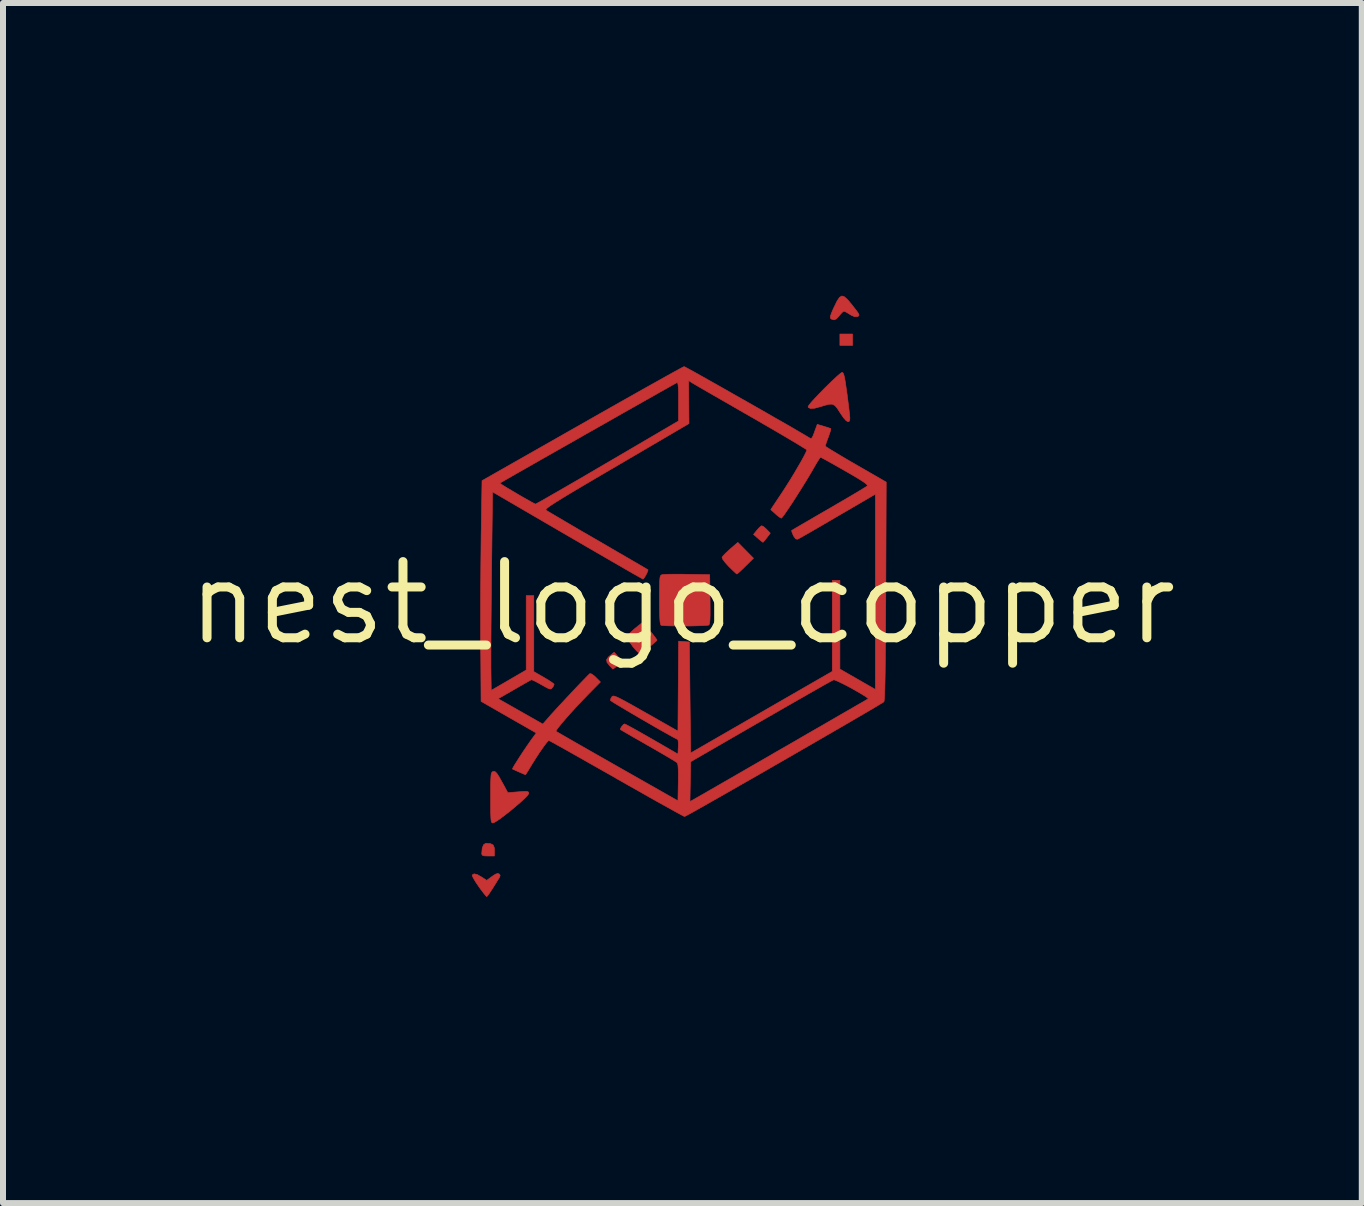
<source format=kicad_pcb>
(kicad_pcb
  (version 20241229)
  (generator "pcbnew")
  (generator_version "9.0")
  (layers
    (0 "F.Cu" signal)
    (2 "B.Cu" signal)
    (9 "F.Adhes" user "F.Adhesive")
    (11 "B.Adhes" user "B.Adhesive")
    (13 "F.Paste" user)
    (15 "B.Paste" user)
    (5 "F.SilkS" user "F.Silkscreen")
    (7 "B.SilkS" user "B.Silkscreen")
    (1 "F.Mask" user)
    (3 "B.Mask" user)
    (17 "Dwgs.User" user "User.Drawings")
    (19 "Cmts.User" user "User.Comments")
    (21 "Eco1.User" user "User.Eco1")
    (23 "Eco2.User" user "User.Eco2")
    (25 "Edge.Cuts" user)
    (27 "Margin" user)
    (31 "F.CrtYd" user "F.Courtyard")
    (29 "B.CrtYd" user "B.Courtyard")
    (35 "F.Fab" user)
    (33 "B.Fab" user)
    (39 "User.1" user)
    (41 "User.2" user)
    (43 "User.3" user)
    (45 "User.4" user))
  (footprint "nest_logo_copper"
    (layer "F.Cu")
    (at 8.323 7)
    (property "Reference" "nest_logo_copper" (at 0 0 0) (layer "F.SilkS") (effects (font (size 1.27 1.27) (thickness 0.15))))
    (attr through_hole board_only)
    (fp_poly (pts (xy 2.836 -4.293) (xy 2.625 -4.293) (xy 2.625 -4.483) (xy 2.836 -4.483) (xy 2.836 -4.293)) (stroke (width 0.01) (type solid)) (fill yes) (layer "F.Cu"))
    (fp_poly (pts (xy -3.197 4.011) (xy -3.154 4.033) (xy -3.135 4.078) (xy -3.133 4.123) (xy -3.133 4.216) (xy -3.239 4.216) (xy -3.302 4.214) (xy -3.334 4.204) (xy -3.344 4.183) (xy -3.344 4.176) (xy -3.336 4.086) (xy -3.313 4.028) (xy -3.277 4.005) (xy -3.273 4.005) (xy -3.197 4.011)) (stroke (width 0.01) (type solid)) (fill yes) (layer "F.Cu"))
    (fp_poly (pts (xy -1.077 0.889) (xy -1.039 0.935) (xy -1.018 0.969) (xy -1.016 0.975) (xy -1.031 0.998) (xy -1.07 1.034) (xy -1.087 1.048) (xy -1.158 1.102) (xy -1.214 1.044) (xy -1.257 0.988) (xy -1.263 0.943) (xy -1.23 0.897) (xy -1.202 0.873) (xy -1.137 0.821) (xy -1.077 0.889)) (stroke (width 0.01) (type solid)) (fill yes) (layer "F.Cu"))
    (fp_poly (pts (xy 1.352 -1.273) (xy 1.393 -1.238) (xy 1.406 -1.225) (xy 1.465 -1.164) (xy 1.407 -1.088) (xy 1.371 -1.043) (xy 1.347 -1.015) (xy 1.342 -1.012) (xy 1.324 -1.025) (xy 1.284 -1.057) (xy 1.261 -1.077) (xy 1.186 -1.143) (xy 1.244 -1.215) (xy 1.284 -1.259) (xy 1.316 -1.285) (xy 1.324 -1.287) (xy 1.352 -1.273)) (stroke (width 0.01) (type solid)) (fill yes) (layer "F.Cu"))
    (fp_poly (pts (xy 1.185 -0.746) (xy 1.052 -0.615) (xy 0.992 -0.556) (xy 0.943 -0.511) (xy 0.914 -0.486) (xy 0.909 -0.483) (xy 0.89 -0.497) (xy 0.85 -0.534) (xy 0.795 -0.588) (xy 0.774 -0.608) (xy 0.714 -0.674) (xy 0.674 -0.727) (xy 0.661 -0.76) (xy 0.662 -0.763) (xy 0.682 -0.79) (xy 0.727 -0.836) (xy 0.786 -0.89) (xy 0.798 -0.901) (xy 0.924 -1.01) (xy 1.185 -0.746)) (stroke (width 0.01) (type solid)) (fill yes) (layer "F.Cu"))
    (fp_poly (pts (xy -0.541 0.462) (xy -0.488 0.528) (xy -0.448 0.581) (xy -0.426 0.613) (xy -0.423 0.618) (xy -0.439 0.637) (xy -0.479 0.672) (xy -0.534 0.718) (xy -0.594 0.765) (xy -0.65 0.806) (xy -0.692 0.834) (xy -0.706 0.84) (xy -0.73 0.829) (xy -0.77 0.791) (xy -0.819 0.734) (xy -0.826 0.726) (xy -0.872 0.661) (xy -0.906 0.604) (xy -0.921 0.568) (xy -0.921 0.566) (xy -0.905 0.536) (xy -0.864 0.49) (xy -0.804 0.436) (xy -0.79 0.424) (xy -0.659 0.319) (xy -0.541 0.462)) (stroke (width 0.01) (type solid)) (fill yes) (layer "F.Cu"))
    (fp_poly (pts (xy -3.054 4.516) (xy -3.037 4.54) (xy -3.048 4.572) (xy -3.055 4.584) (xy -3.081 4.624) (xy -3.12 4.687) (xy -3.165 4.759) (xy -3.166 4.761) (xy -3.208 4.825) (xy -3.241 4.872) (xy -3.26 4.893) (xy -3.261 4.893) (xy -3.278 4.877) (xy -3.313 4.834) (xy -3.361 4.771) (xy -3.395 4.724) (xy -3.445 4.65) (xy -3.482 4.588) (xy -3.502 4.546) (xy -3.503 4.533) (xy -3.472 4.514) (xy -3.419 4.526) (xy -3.345 4.568) (xy -3.261 4.623) (xy -3.172 4.557) (xy -3.114 4.519) (xy -3.077 4.507) (xy -3.054 4.516)) (stroke (width 0.01) (type solid)) (fill yes) (layer "F.Cu"))
    (fp_poly (pts (xy 2.7 -5.104) (xy 2.754 -5.055) (xy 2.825 -4.971) (xy 2.837 -4.955) (xy 2.895 -4.881) (xy 2.93 -4.832) (xy 2.944 -4.803) (xy 2.941 -4.787) (xy 2.924 -4.777) (xy 2.919 -4.775) (xy 2.874 -4.771) (xy 2.819 -4.794) (xy 2.791 -4.811) (xy 2.739 -4.843) (xy 2.7 -4.862) (xy 2.691 -4.864) (xy 2.668 -4.849) (xy 2.631 -4.81) (xy 2.616 -4.79) (xy 2.568 -4.737) (xy 2.529 -4.719) (xy 2.488 -4.73) (xy 2.478 -4.736) (xy 2.466 -4.751) (xy 2.467 -4.779) (xy 2.483 -4.828) (xy 2.515 -4.903) (xy 2.531 -4.936) (xy 2.578 -5.033) (xy 2.618 -5.093) (xy 2.657 -5.117) (xy 2.7 -5.104)) (stroke (width 0.01) (type solid)) (fill yes) (layer "F.Cu"))
    (fp_poly (pts (xy -0.014 -0.48) (xy 0.085 -0.478) (xy 0.455 -0.472) (xy 0.461 -0.061) (xy 0.462 0.09) (xy 0.462 0.203) (xy 0.459 0.283) (xy 0.453 0.334) (xy 0.445 0.361) (xy 0.44 0.367) (xy 0.411 0.372) (xy 0.349 0.376) (xy 0.261 0.379) (xy 0.156 0.382) (xy 0.043 0.383) (xy -0.07 0.383) (xy -0.175 0.381) (xy -0.263 0.379) (xy -0.326 0.375) (xy -0.355 0.371) (xy -0.364 0.356) (xy -0.372 0.316) (xy -0.377 0.249) (xy -0.38 0.149) (xy -0.381 0.012) (xy -0.381 -0.05) (xy -0.381 -0.192) (xy -0.38 -0.296) (xy -0.378 -0.37) (xy -0.374 -0.419) (xy -0.367 -0.448) (xy -0.357 -0.463) (xy -0.343 -0.47) (xy -0.333 -0.473) (xy -0.297 -0.476) (xy -0.227 -0.479) (xy -0.13 -0.48) (xy -0.014 -0.48)) (stroke (width 0.01) (type solid)) (fill yes) (layer "F.Cu"))
    (fp_poly (pts (xy -3.114 2.816) (xy -3.087 2.847) (xy -3.051 2.903) (xy -3.003 2.99) (xy -2.988 3.016) (xy -2.91 3.161) (xy -2.736 3.147) (xy -2.65 3.141) (xy -2.598 3.14) (xy -2.572 3.146) (xy -2.562 3.16) (xy -2.561 3.175) (xy -2.577 3.202) (xy -2.621 3.248) (xy -2.685 3.308) (xy -2.764 3.377) (xy -2.85 3.449) (xy -2.938 3.519) (xy -3.019 3.581) (xy -3.088 3.629) (xy -3.139 3.659) (xy -3.159 3.666) (xy -3.172 3.663) (xy -3.181 3.65) (xy -3.188 3.623) (xy -3.192 3.575) (xy -3.195 3.502) (xy -3.196 3.397) (xy -3.196 3.256) (xy -3.196 3.245) (xy -3.196 3.1) (xy -3.195 2.992) (xy -3.192 2.915) (xy -3.188 2.864) (xy -3.181 2.833) (xy -3.171 2.817) (xy -3.16 2.81) (xy -3.137 2.806) (xy -3.114 2.816)) (stroke (width 0.01) (type solid)) (fill yes) (layer "F.Cu"))
    (fp_poly (pts (xy 2.678 -3.833) (xy 2.691 -3.803) (xy 2.704 -3.749) (xy 2.718 -3.665) (xy 2.735 -3.547) (xy 2.745 -3.478) (xy 2.764 -3.329) (xy 2.778 -3.216) (xy 2.787 -3.136) (xy 2.791 -3.081) (xy 2.789 -3.048) (xy 2.782 -3.031) (xy 2.771 -3.024) (xy 2.757 -3.023) (xy 2.726 -3.042) (xy 2.681 -3.094) (xy 2.629 -3.171) (xy 2.58 -3.247) (xy 2.54 -3.293) (xy 2.498 -3.314) (xy 2.443 -3.313) (xy 2.365 -3.292) (xy 2.306 -3.274) (xy 2.207 -3.247) (xy 2.137 -3.242) (xy 2.101 -3.257) (xy 2.095 -3.273) (xy 2.11 -3.298) (xy 2.149 -3.346) (xy 2.207 -3.41) (xy 2.279 -3.485) (xy 2.357 -3.566) (xy 2.438 -3.646) (xy 2.514 -3.719) (xy 2.581 -3.781) (xy 2.631 -3.824) (xy 2.661 -3.844) (xy 2.664 -3.844) (xy 2.678 -3.833)) (stroke (width 0.01) (type solid)) (fill yes) (layer "F.Cu"))
    (fp_poly (pts (xy 0.05 -3.93) (xy 0.104 -3.901) (xy 0.186 -3.856) (xy 0.293 -3.796) (xy 0.421 -3.724) (xy 0.565 -3.643) (xy 0.722 -3.554) (xy 0.887 -3.46) (xy 1.057 -3.364) (xy 1.227 -3.267) (xy 1.394 -3.172) (xy 1.553 -3.08) (xy 1.701 -2.996) (xy 1.833 -2.92) (xy 1.945 -2.854) (xy 2.034 -2.802) (xy 2.095 -2.766) (xy 2.11 -2.756) (xy 2.136 -2.743) (xy 2.155 -2.747) (xy 2.173 -2.776) (xy 2.197 -2.837) (xy 2.202 -2.852) (xy 2.248 -2.977) (xy 2.357 -2.945) (xy 2.419 -2.926) (xy 2.462 -2.911) (xy 2.474 -2.905) (xy 2.471 -2.883) (xy 2.456 -2.832) (xy 2.432 -2.765) (xy 2.432 -2.764) (xy 2.406 -2.695) (xy 2.388 -2.641) (xy 2.381 -2.616) (xy 2.399 -2.601) (xy 2.449 -2.569) (xy 2.526 -2.522) (xy 2.626 -2.462) (xy 2.744 -2.392) (xy 2.875 -2.316) (xy 2.889 -2.308) (xy 3.397 -2.015) (xy 3.39 -0.196) (xy 3.388 0.15) (xy 3.386 0.456) (xy 3.384 0.723) (xy 3.382 0.952) (xy 3.38 1.145) (xy 3.377 1.305) (xy 3.374 1.431) (xy 3.37 1.527) (xy 3.366 1.594) (xy 3.362 1.634) (xy 3.358 1.647) (xy 3.335 1.662) (xy 3.278 1.696) (xy 3.192 1.748) (xy 3.078 1.815) (xy 2.941 1.895) (xy 2.783 1.987) (xy 2.608 2.089) (xy 2.419 2.198) (xy 2.219 2.314) (xy 2.011 2.434) (xy 1.798 2.557) (xy 1.584 2.68) (xy 1.371 2.803) (xy 1.163 2.922) (xy 0.963 3.036) (xy 0.775 3.144) (xy 0.601 3.243) (xy 0.444 3.332) (xy 0.308 3.409) (xy 0.196 3.472) (xy 0.112 3.519) (xy 0.057 3.548) (xy 0.036 3.558) (xy 0.014 3.548) (xy -0.042 3.518) (xy -0.129 3.471) (xy -0.242 3.408) (xy -0.379 3.332) (xy -0.421 3.308) (xy 0.126 3.308) (xy 0.174 3.283) (xy 0.2 3.268) (xy 0.259 3.234) (xy 0.349 3.183) (xy 0.467 3.115) (xy 0.611 3.032) (xy 0.776 2.937) (xy 0.96 2.831) (xy 1.161 2.715) (xy 1.376 2.591) (xy 1.6 2.461) (xy 1.651 2.432) (xy 1.877 2.302) (xy 2.092 2.177) (xy 2.294 2.061) (xy 2.479 1.954) (xy 2.646 1.857) (xy 2.791 1.774) (xy 2.911 1.704) (xy 3.004 1.651) (xy 3.066 1.615) (xy 3.095 1.598) (xy 3.097 1.597) (xy 3.088 1.584) (xy 3.048 1.555) (xy 2.985 1.516) (xy 2.906 1.47) (xy 2.82 1.421) (xy 2.732 1.374) (xy 2.65 1.333) (xy 2.583 1.301) (xy 2.537 1.283) (xy 2.521 1.28) (xy 2.497 1.292) (xy 2.44 1.323) (xy 2.352 1.372) (xy 2.238 1.437) (xy 2.099 1.516) (xy 1.94 1.607) (xy 1.763 1.708) (xy 1.572 1.818) (xy 1.37 1.934) (xy 1.312 1.967) (xy 0.138 2.645) (xy 0.132 2.977) (xy 0.126 3.308) (xy -0.421 3.308) (xy -0.536 3.244) (xy -0.71 3.145) (xy -0.899 3.038) (xy -1.098 2.925) (xy -1.101 2.923) (xy -1.299 2.81) (xy -1.487 2.704) (xy -1.661 2.605) (xy -1.817 2.517) (xy -1.953 2.44) (xy -2.065 2.378) (xy -2.15 2.33) (xy -2.205 2.301) (xy -2.226 2.29) (xy -2.226 2.29) (xy -2.246 2.307) (xy -2.283 2.353) (xy -2.332 2.42) (xy -2.389 2.503) (xy -2.448 2.594) (xy -2.505 2.685) (xy -2.519 2.708) (xy -2.561 2.778) (xy -2.594 2.831) (xy -2.612 2.859) (xy -2.615 2.861) (xy -2.635 2.854) (xy -2.681 2.834) (xy -2.737 2.81) (xy -2.789 2.786) (xy -2.825 2.77) (xy -2.832 2.766) (xy -2.824 2.747) (xy -2.797 2.7) (xy -2.755 2.633) (xy -2.704 2.553) (xy -2.648 2.468) (xy -2.591 2.384) (xy -2.539 2.309) (xy -2.515 2.275) (xy -2.435 2.166) (xy -2.895 1.903) (xy -3.355 1.639) (xy -3.36 0.902) (xy -3.191 0.902) (xy -3.191 1.021) (xy -3.191 1.085) (xy -3.186 1.456) (xy -2.895 1.287) (xy -2.603 1.117) (xy -2.603 -0.123) (xy -2.477 -0.123) (xy -2.477 1.143) (xy -2.307 1.241) (xy -2.233 1.285) (xy -2.176 1.323) (xy -2.143 1.348) (xy -2.138 1.355) (xy -2.149 1.384) (xy -2.167 1.411) (xy -2.183 1.429) (xy -2.203 1.434) (xy -2.235 1.424) (xy -2.288 1.396) (xy -2.35 1.361) (xy -2.422 1.321) (xy -2.479 1.292) (xy -2.513 1.279) (xy -2.517 1.278) (xy -2.54 1.291) (xy -2.592 1.32) (xy -2.667 1.363) (xy -2.758 1.415) (xy -2.801 1.44) (xy -3.071 1.595) (xy -2.698 1.807) (xy -2.326 2.018) (xy -2.237 1.916) (xy -2.19 1.862) (xy -2.124 1.79) (xy -2.045 1.704) (xy -1.958 1.611) (xy -1.868 1.515) (xy -1.78 1.421) (xy -1.699 1.336) (xy -1.629 1.264) (xy -1.577 1.21) (xy -1.546 1.18) (xy -1.541 1.176) (xy -1.515 1.182) (xy -1.472 1.212) (xy -1.443 1.239) (xy -1.366 1.316) (xy -1.58 1.533) (xy -1.677 1.634) (xy -1.774 1.737) (xy -1.866 1.838) (xy -1.949 1.932) (xy -2.018 2.013) (xy -2.07 2.078) (xy -2.101 2.121) (xy -2.107 2.138) (xy -2.087 2.15) (xy -2.033 2.181) (xy -1.95 2.229) (xy -1.839 2.293) (xy -1.706 2.369) (xy -1.552 2.457) (xy -1.382 2.554) (xy -1.199 2.658) (xy -1.085 2.723) (xy -0.074 3.297) (xy -0.068 2.99) (xy -0.067 2.859) (xy -0.069 2.765) (xy -0.074 2.703) (xy -0.083 2.669) (xy -0.089 2.66) (xy -0.115 2.643) (xy -0.171 2.608) (xy -0.254 2.559) (xy -0.358 2.498) (xy -0.477 2.429) (xy -0.572 2.375) (xy -0.697 2.303) (xy -0.81 2.239) (xy -0.905 2.184) (xy -0.977 2.142) (xy -1.021 2.116) (xy -1.033 2.109) (xy -1.03 2.089) (xy -1.009 2.055) (xy -0.982 2.026) (xy -0.963 2.015) (xy -0.94 2.026) (xy -0.885 2.055) (xy -0.804 2.099) (xy -0.703 2.156) (xy -0.587 2.222) (xy -0.508 2.267) (xy -0.074 2.518) (xy -0.068 2.399) (xy -0.067 2.333) (xy -0.072 2.288) (xy -0.078 2.274) (xy -0.109 2.259) (xy -0.169 2.227) (xy -0.252 2.18) (xy -0.355 2.123) (xy -0.47 2.057) (xy -0.592 1.986) (xy -0.717 1.914) (xy -0.838 1.843) (xy -0.95 1.777) (xy -1.047 1.719) (xy -1.125 1.672) (xy -1.177 1.639) (xy -1.199 1.623) (xy -1.199 1.623) (xy -1.192 1.591) (xy -1.176 1.564) (xy -1.166 1.554) (xy -1.15 1.55) (xy -1.126 1.555) (xy -1.088 1.569) (xy -1.033 1.596) (xy -0.957 1.636) (xy -0.855 1.692) (xy -0.723 1.767) (xy -0.611 1.83) (xy -0.074 2.135) (xy -0.063 0.636) (xy 0.027 0.643) (xy 0.116 0.649) (xy 0.127 1.575) (xy 0.138 2.5) (xy 1.318 1.82) (xy 2.498 1.14) (xy 2.498 -0.377) (xy 2.625 -0.377) (xy 2.625 1.101) (xy 2.921 1.271) (xy 3.217 1.441) (xy 3.217 -1.815) (xy 2.99 -1.682) (xy 2.757 -1.546) (xy 2.557 -1.43) (xy 2.39 -1.332) (xy 2.252 -1.252) (xy 2.142 -1.188) (xy 2.056 -1.139) (xy 1.993 -1.103) (xy 1.95 -1.079) (xy 1.924 -1.066) (xy 1.917 -1.063) (xy 1.887 -1.069) (xy 1.855 -1.115) (xy 1.849 -1.126) (xy 1.828 -1.176) (xy 1.821 -1.206) (xy 1.822 -1.209) (xy 1.842 -1.221) (xy 1.894 -1.252) (xy 1.974 -1.299) (xy 2.078 -1.359) (xy 2.201 -1.431) (xy 2.339 -1.511) (xy 2.445 -1.572) (xy 2.592 -1.658) (xy 2.728 -1.737) (xy 2.848 -1.808) (xy 2.949 -1.868) (xy 3.024 -1.914) (xy 3.071 -1.943) (xy 3.084 -1.951) (xy 3.083 -1.965) (xy 3.059 -1.989) (xy 3.009 -2.025) (xy 2.93 -2.075) (xy 2.819 -2.141) (xy 2.711 -2.203) (xy 2.594 -2.27) (xy 2.489 -2.329) (xy 2.403 -2.377) (xy 2.34 -2.411) (xy 2.306 -2.429) (xy 2.302 -2.43) (xy 2.288 -2.413) (xy 2.257 -2.366) (xy 2.216 -2.298) (xy 2.18 -2.235) (xy 2.123 -2.137) (xy 2.057 -2.028) (xy 1.986 -1.913) (xy 1.913 -1.798) (xy 1.843 -1.688) (xy 1.778 -1.59) (xy 1.722 -1.508) (xy 1.68 -1.449) (xy 1.654 -1.418) (xy 1.649 -1.414) (xy 1.623 -1.428) (xy 1.579 -1.461) (xy 1.551 -1.486) (xy 1.473 -1.557) (xy 1.655 -1.83) (xy 1.722 -1.933) (xy 1.793 -2.045) (xy 1.863 -2.16) (xy 1.928 -2.271) (xy 1.986 -2.371) (xy 2.032 -2.456) (xy 2.062 -2.517) (xy 2.074 -2.55) (xy 2.074 -2.551) (xy 2.057 -2.565) (xy 2.005 -2.597) (xy 1.924 -2.647) (xy 1.817 -2.711) (xy 1.687 -2.788) (xy 1.537 -2.876) (xy 1.371 -2.972) (xy 1.192 -3.076) (xy 1.138 -3.107) (xy 0.954 -3.212) (xy 0.781 -3.312) (xy 0.621 -3.404) (xy 0.478 -3.486) (xy 0.357 -3.556) (xy 0.26 -3.612) (xy 0.192 -3.652) (xy 0.156 -3.673) (xy 0.153 -3.676) (xy 0.104 -3.706) (xy 0.107 -3.349) (xy 0.11 -2.991) (xy -1.099 -2.282) (xy -1.341 -2.141) (xy -1.548 -2.019) (xy -1.724 -1.915) (xy -1.87 -1.828) (xy -1.989 -1.756) (xy -2.084 -1.697) (xy -2.157 -1.651) (xy -2.21 -1.615) (xy -2.245 -1.589) (xy -2.266 -1.57) (xy -2.275 -1.557) (xy -2.273 -1.548) (xy -2.271 -1.546) (xy -2.246 -1.53) (xy -2.187 -1.495) (xy -2.1 -1.444) (xy -1.988 -1.378) (xy -1.854 -1.299) (xy -1.704 -1.211) (xy -1.539 -1.116) (xy -1.408 -1.04) (xy -1.238 -0.941) (xy -1.079 -0.848) (xy -0.935 -0.765) (xy -0.81 -0.692) (xy -0.708 -0.633) (xy -0.632 -0.588) (xy -0.586 -0.561) (xy -0.573 -0.553) (xy -0.577 -0.533) (xy -0.595 -0.492) (xy -0.62 -0.446) (xy -0.643 -0.41) (xy -0.656 -0.398) (xy -0.676 -0.409) (xy -0.729 -0.439) (xy -0.813 -0.486) (xy -0.924 -0.55) (xy -1.06 -0.629) (xy -1.218 -0.72) (xy -1.394 -0.822) (xy -1.586 -0.933) (xy -1.79 -1.052) (xy -1.916 -1.125) (xy -3.164 -1.852) (xy -3.18 -0.569) (xy -3.183 -0.327) (xy -3.185 -0.086) (xy -3.187 0.147) (xy -3.189 0.367) (xy -3.19 0.57) (xy -3.191 0.75) (xy -3.191 0.902) (xy -3.36 0.902) (xy -3.362 0.732) (xy -3.363 0.493) (xy -3.363 0.224) (xy -3.363 -0.063) (xy -3.361 -0.355) (xy -3.359 -0.642) (xy -3.356 -0.91) (xy -3.354 -1.107) (xy -3.34 -1.998) (xy -3.043 -1.998) (xy -3.028 -1.986) (xy -2.984 -1.957) (xy -2.917 -1.916) (xy -2.836 -1.868) (xy -2.747 -1.815) (xy -2.658 -1.763) (xy -2.576 -1.717) (xy -2.509 -1.679) (xy -2.464 -1.655) (xy -2.449 -1.648) (xy -2.428 -1.659) (xy -2.374 -1.688) (xy -2.289 -1.736) (xy -2.178 -1.8) (xy -2.042 -1.878) (xy -1.885 -1.969) (xy -1.71 -2.07) (xy -1.52 -2.181) (xy -1.319 -2.299) (xy -1.248 -2.34) (xy -0.064 -3.034) (xy -0.064 -3.359) (xy -0.064 -3.487) (xy -0.067 -3.579) (xy -0.072 -3.637) (xy -0.079 -3.667) (xy -0.089 -3.674) (xy -0.09 -3.673) (xy -0.111 -3.662) (xy -0.166 -3.632) (xy -0.25 -3.584) (xy -0.361 -3.522) (xy -0.495 -3.446) (xy -0.649 -3.359) (xy -0.819 -3.263) (xy -1.003 -3.159) (xy -1.196 -3.049) (xy -1.395 -2.936) (xy -1.597 -2.822) (xy -1.798 -2.707) (xy -1.996 -2.595) (xy -2.186 -2.487) (xy -2.366 -2.385) (xy -2.532 -2.29) (xy -2.68 -2.206) (xy -2.808 -2.133) (xy -2.911 -2.074) (xy -2.987 -2.03) (xy -3.032 -2.004) (xy -3.043 -1.998) (xy -3.34 -1.998) (xy -3.339 -2.039) (xy -1.668 -2.989) (xy -1.422 -3.129) (xy -1.188 -3.262) (xy -0.966 -3.387) (xy -0.759 -3.504) (xy -0.571 -3.61) (xy -0.404 -3.703) (xy -0.26 -3.784) (xy -0.142 -3.849) (xy -0.053 -3.898) (xy 0.005 -3.929) (xy 0.029 -3.94) (xy 0.029 -3.94) (xy 0.05 -3.93)) (stroke (width 0.01) (type solid)) (fill yes) (layer "F.Cu"))
    (zone (net_name "") (layer "F.Cu") (hatch edge 0.5) (connect_pads) (min_thickness 0.25) (filled_areas_thickness no) (keepout (tracks allowed) (vias allowed) (pads allowed) (copperpour not_allowed) (footprints allowed)) (placement (enabled no)) (fill) (polygon (pts (arc (start 1.322762 7.0005) (mid 15.322762 7.0005) (end 1.322762 7.0005))))))
  (gr_rect
    (start -3 -3)
    (end 19.646 17.001)
    (stroke (width 0.1) (type default))
    (fill no)
    (layer "Edge.Cuts")))
</source>
